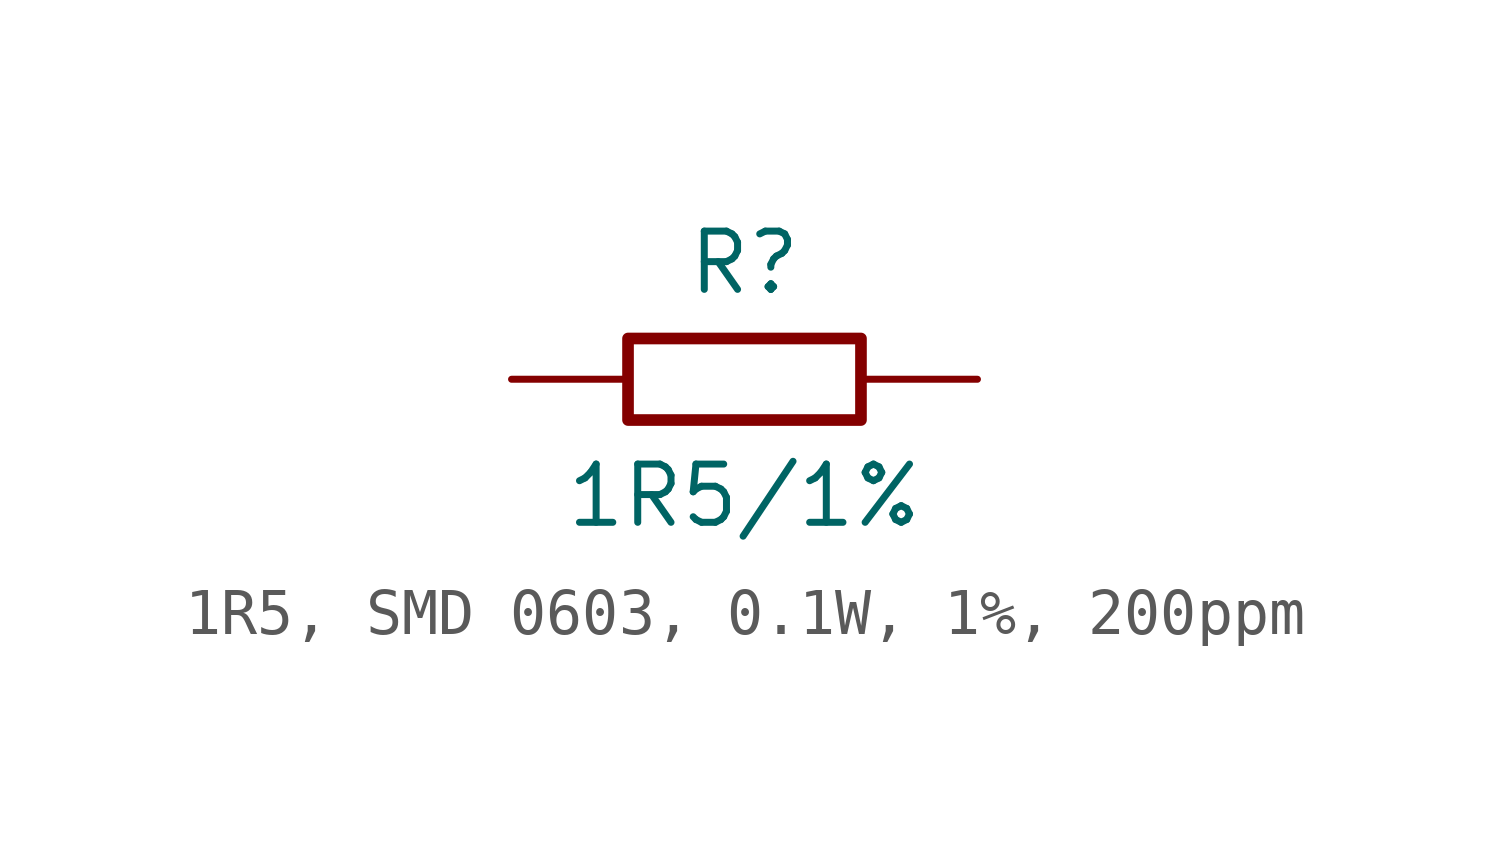
<source format=kicad_sym>
(kicad_symbol_lib
  (version 20241209)
  (generator "kicad_symbol_editor")
  (generator_version "9.0")
  (symbol "1R5, SMD 0603, 0.1W, 1%, 200ppm"
    (pin_numbers
      (hide yes))
    (pin_names
      (offset 0)
      (hide yes))
    (property "Reference" "R"
      (at 0 2.54 0)
      (effects (font (size 1.27 1.27))))
    (property "Value" "1R5/1%"
      (at 0 -2.54 0)
      (effects (font (size 1.27 1.27))))
    (symbol "1R5, SMD 0603, 0.1W, 1%, 200ppm_0_1"
      (rectangle (start -2.54 0.889) (end 2.54 -0.889) (stroke (width 0.254) (type default)) (fill (type none))))
    (symbol "1R5, SMD 0603, 0.1W, 1%, 200ppm_1_1"
      (pin passive line (at -5.08 0 0) (length 2.54) (name "1" (effects (font (size 1.27 1.27)))) (number "1" (effects (font (size 1.27 1.27)))))
      (pin passive line (at 5.08 0 180) (length 2.54) (name "2" (effects (font (size 1.27 1.27)))) (number "2" (effects (font (size 1.27 1.27))))))))
</source>
